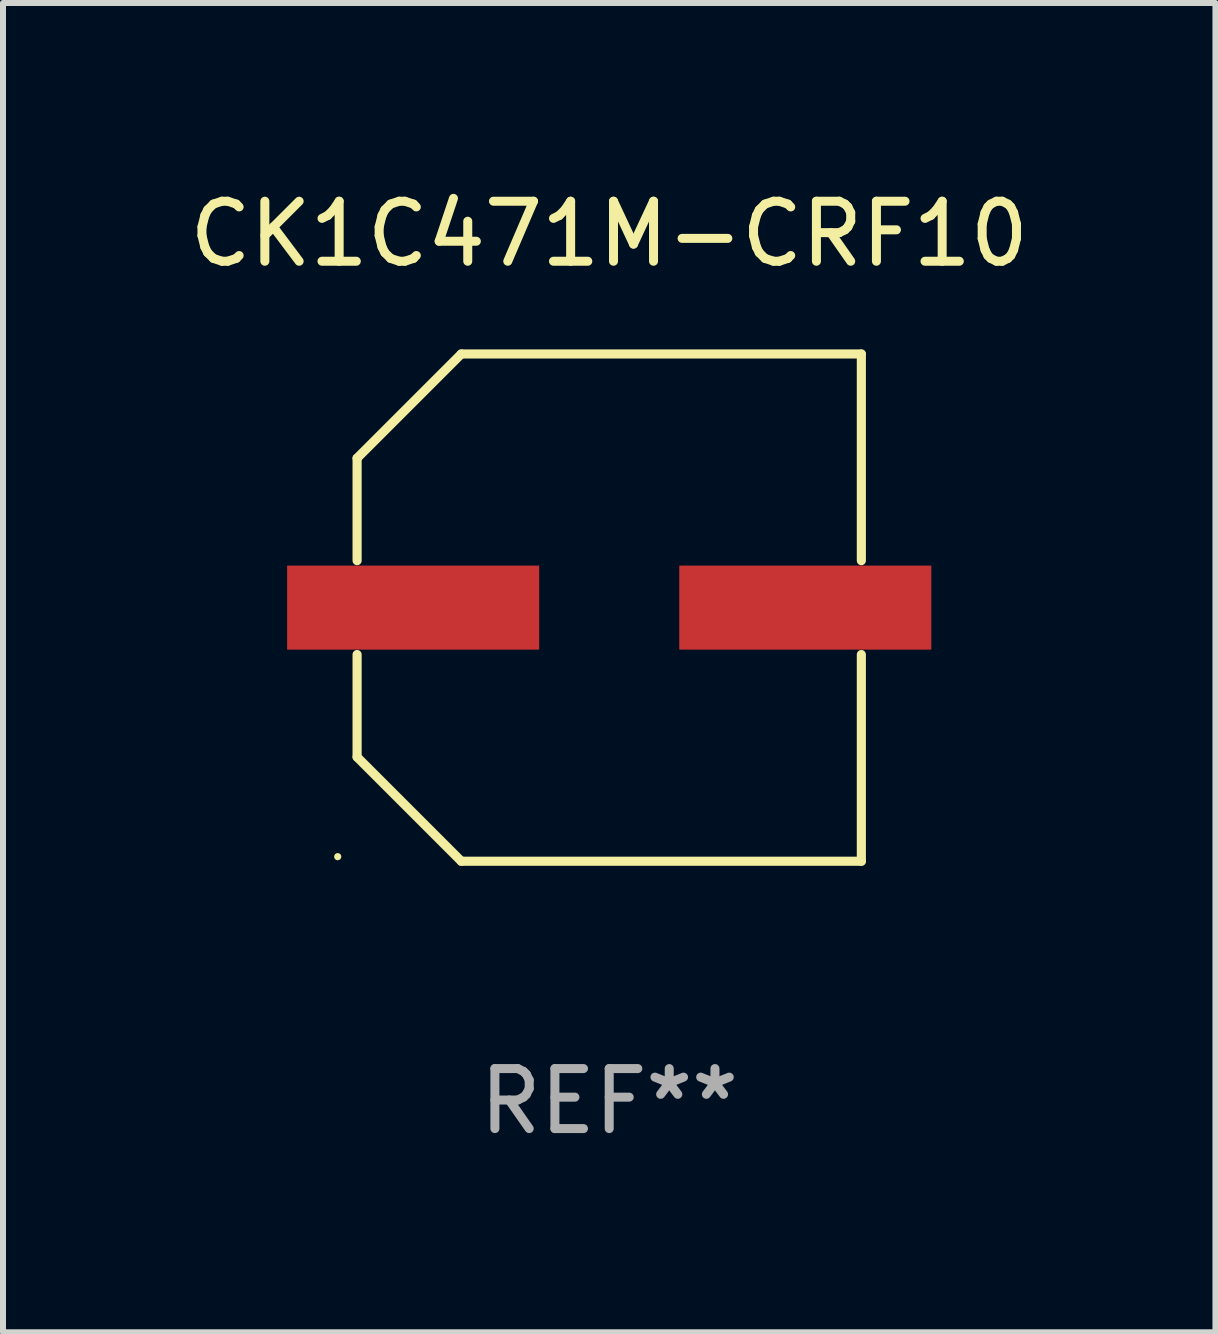
<source format=kicad_pcb>
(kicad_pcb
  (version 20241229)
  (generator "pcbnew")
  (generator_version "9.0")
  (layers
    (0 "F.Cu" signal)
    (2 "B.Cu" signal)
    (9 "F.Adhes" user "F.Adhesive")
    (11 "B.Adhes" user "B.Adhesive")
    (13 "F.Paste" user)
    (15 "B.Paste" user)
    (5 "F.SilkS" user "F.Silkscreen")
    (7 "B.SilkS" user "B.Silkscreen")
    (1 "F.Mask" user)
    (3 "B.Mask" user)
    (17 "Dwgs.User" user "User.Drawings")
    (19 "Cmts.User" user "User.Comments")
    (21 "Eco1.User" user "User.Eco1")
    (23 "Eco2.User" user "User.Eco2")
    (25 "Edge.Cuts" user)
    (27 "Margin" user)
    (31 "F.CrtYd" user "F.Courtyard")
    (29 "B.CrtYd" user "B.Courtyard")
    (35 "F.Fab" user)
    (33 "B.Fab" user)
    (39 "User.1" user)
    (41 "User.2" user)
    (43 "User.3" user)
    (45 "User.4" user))
  (footprint "CK1C471M-CRF10"
    (layer "F.Cu")
    (at 7.101 7.074)
    (property "Reference" "CK1C471M-CRF10" (at 0 -6.226 0) (layer "F.SilkS") (effects (font (size 1 1) (thickness 0.15))))
    (attr through_hole)
    (fp_line (start -4.201 -2.49) (end -4.201 -0.782) (stroke (width 0.152) (type solid)) (layer "F.SilkS"))
    (fp_line (start -4.201 2.49) (end -4.201 0.782) (stroke (width 0.152) (type solid)) (layer "F.SilkS"))
    (fp_line (start -2.465 -4.226) (end -4.201 -2.49) (stroke (width 0.152) (type solid)) (layer "F.SilkS"))
    (fp_line (start -2.465 4.226) (end -4.201 2.49) (stroke (width 0.152) (type solid)) (layer "F.SilkS"))
    (fp_line (start 4.201 -4.226) (end -2.465 -4.226) (stroke (width 0.152) (type solid)) (layer "F.SilkS"))
    (fp_line (start 4.201 -0.782) (end 4.201 -4.226) (stroke (width 0.152) (type solid)) (layer "F.SilkS"))
    (fp_line (start 4.201 0.782) (end 4.201 4.226) (stroke (width 0.152) (type solid)) (layer "F.SilkS"))
    (fp_line (start 4.201 4.226) (end -2.465 4.226) (stroke (width 0.152) (type solid)) (layer "F.SilkS"))
    (fp_circle (center -4.524 4.15) (end -4.494 4.15) (stroke (width 0.06) (type solid)) (fill no) (layer "F.SilkS"))
    (fp_text user "REF**" (at 0 8.226 0) (layer "F.Fab") (effects (font (size 1 1) (thickness 0.15))))
    (pad "1" smd rect (at -3.267 0) (size 4.2 1.4) (layers "F.Cu" "F.Mask" "F.Paste"))
    (pad "2" smd rect (at 3.267 0) (size 4.2 1.4) (layers "F.Cu" "F.Mask" "F.Paste")))
  (gr_rect
    (start -3 -3)
    (end 17.202 19.149)
    (stroke (width 0.1) (type default))
    (fill no)
    (layer "Edge.Cuts")))
</source>
